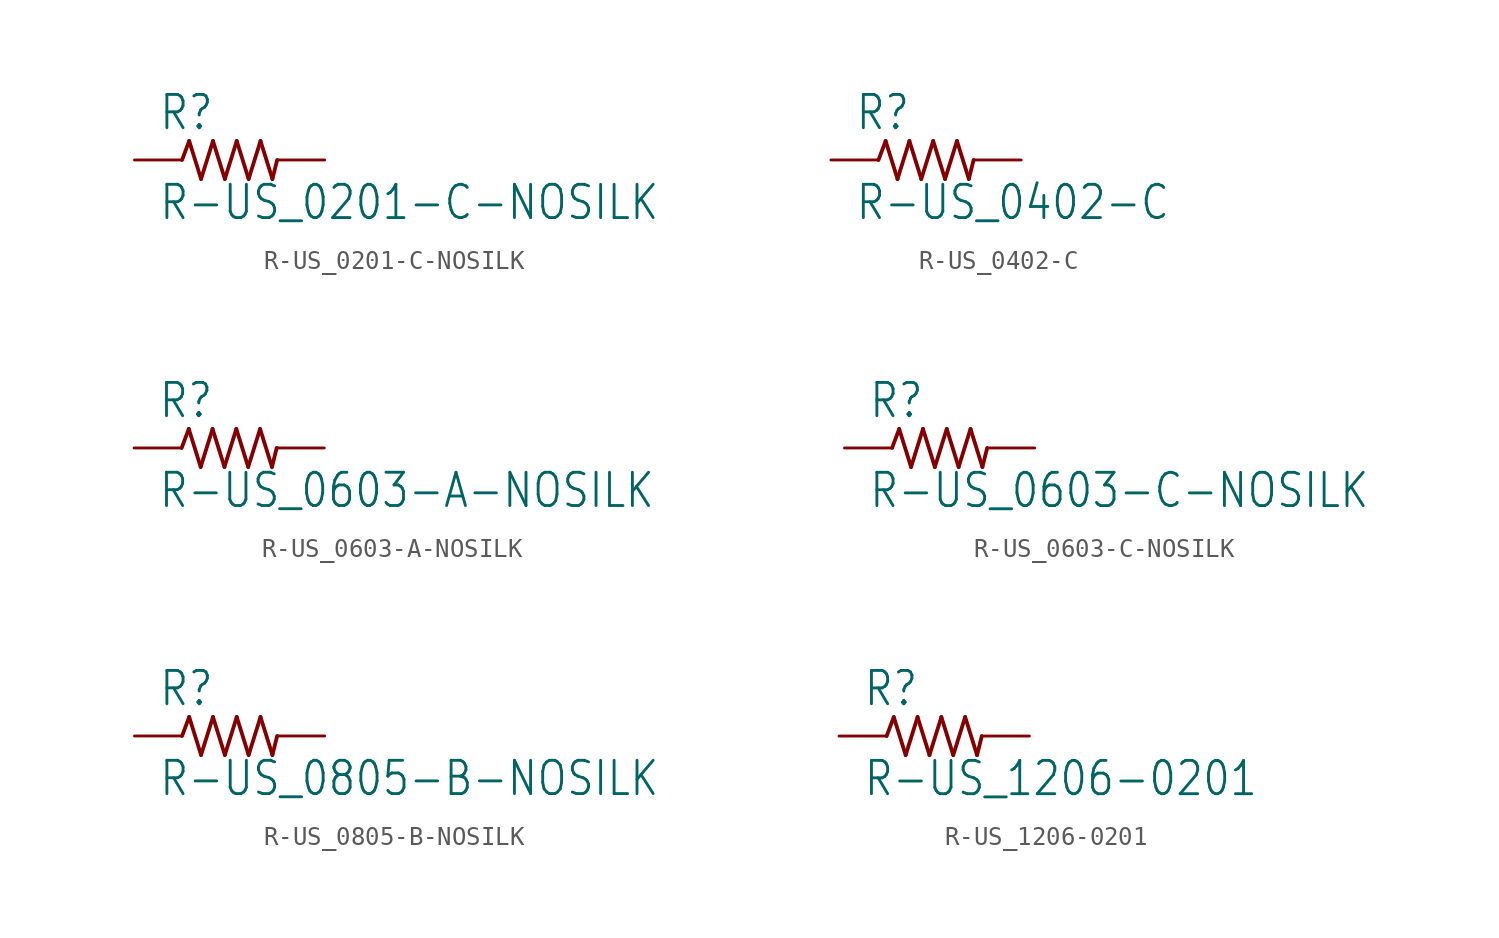
<source format=kicad_sym>
(kicad_symbol_lib
  (version 20211014)
  (generator kicad_symbol_editor)
  (symbol "R-US_0201-C-NOSILK"
    (property "Reference" "R"
      (at -3.81 1.499 0)
      (effects (font (size 1.778 1.511)) (justify left bottom)))
    (property "Value" "R-US_0201-C-NOSILK"
      (at -3.81 -3.302 0)
      (effects (font (size 1.778 1.511)) (justify left bottom)))
    (property "ki_locked" ""
      (at 0 0 0)
      (effects (font (size 1.27 1.27))))
    (symbol "R-US_0201-C-NOSILK_1_0"
      (polyline (pts (xy -2.54 0) (xy -2.159 1.016)) (stroke (width 0.203) (type default) (color 0 0 0 0)) (fill (type none)))
      (polyline (pts (xy -2.159 1.016) (xy -1.524 -1.016)) (stroke (width 0.203) (type default) (color 0 0 0 0)) (fill (type none)))
      (polyline (pts (xy -1.524 -1.016) (xy -0.889 1.016)) (stroke (width 0.203) (type default) (color 0 0 0 0)) (fill (type none)))
      (polyline (pts (xy -0.889 1.016) (xy -0.254 -1.016)) (stroke (width 0.203) (type default) (color 0 0 0 0)) (fill (type none)))
      (polyline (pts (xy -0.254 -1.016) (xy 0.381 1.016)) (stroke (width 0.203) (type default) (color 0 0 0 0)) (fill (type none)))
      (polyline (pts (xy 0.381 1.016) (xy 1.016 -1.016)) (stroke (width 0.203) (type default) (color 0 0 0 0)) (fill (type none)))
      (polyline (pts (xy 1.016 -1.016) (xy 1.651 1.016)) (stroke (width 0.203) (type default) (color 0 0 0 0)) (fill (type none)))
      (polyline (pts (xy 1.651 1.016) (xy 2.286 -1.016)) (stroke (width 0.203) (type default) (color 0 0 0 0)) (fill (type none)))
      (polyline (pts (xy 2.286 -1.016) (xy 2.54 0)) (stroke (width 0.203) (type default) (color 0 0 0 0)) (fill (type none)))
      (pin passive line (at -5.08 0 0) (length 2.54) (name "1" (effects (font (size 0 0)))) (number "1" (effects (font (size 0 0)))))
      (pin passive line (at 5.08 0 180) (length 2.54) (name "2" (effects (font (size 0 0)))) (number "2" (effects (font (size 0 0)))))))
  (symbol "R-US_0402-C"
    (property "Reference" "R"
      (at -3.81 1.499 0)
      (effects (font (size 1.778 1.511)) (justify left bottom)))
    (property "Value" "R-US_0402-C"
      (at -3.81 -3.302 0)
      (effects (font (size 1.778 1.511)) (justify left bottom)))
    (property "ki_locked" ""
      (at 0 0 0)
      (effects (font (size 1.27 1.27))))
    (symbol "R-US_0402-C_1_0"
      (polyline (pts (xy -2.54 0) (xy -2.159 1.016)) (stroke (width 0.203) (type default) (color 0 0 0 0)) (fill (type none)))
      (polyline (pts (xy -2.159 1.016) (xy -1.524 -1.016)) (stroke (width 0.203) (type default) (color 0 0 0 0)) (fill (type none)))
      (polyline (pts (xy -1.524 -1.016) (xy -0.889 1.016)) (stroke (width 0.203) (type default) (color 0 0 0 0)) (fill (type none)))
      (polyline (pts (xy -0.889 1.016) (xy -0.254 -1.016)) (stroke (width 0.203) (type default) (color 0 0 0 0)) (fill (type none)))
      (polyline (pts (xy -0.254 -1.016) (xy 0.381 1.016)) (stroke (width 0.203) (type default) (color 0 0 0 0)) (fill (type none)))
      (polyline (pts (xy 0.381 1.016) (xy 1.016 -1.016)) (stroke (width 0.203) (type default) (color 0 0 0 0)) (fill (type none)))
      (polyline (pts (xy 1.016 -1.016) (xy 1.651 1.016)) (stroke (width 0.203) (type default) (color 0 0 0 0)) (fill (type none)))
      (polyline (pts (xy 1.651 1.016) (xy 2.286 -1.016)) (stroke (width 0.203) (type default) (color 0 0 0 0)) (fill (type none)))
      (polyline (pts (xy 2.286 -1.016) (xy 2.54 0)) (stroke (width 0.203) (type default) (color 0 0 0 0)) (fill (type none)))
      (pin passive line (at -5.08 0 0) (length 2.54) (name "1" (effects (font (size 0 0)))) (number "1" (effects (font (size 0 0)))))
      (pin passive line (at 5.08 0 180) (length 2.54) (name "2" (effects (font (size 0 0)))) (number "2" (effects (font (size 0 0)))))))
  (symbol "R-US_0603-A-NOSILK"
    (property "Reference" "R"
      (at -3.81 1.499 0)
      (effects (font (size 1.778 1.511)) (justify left bottom)))
    (property "Value" "R-US_0603-A-NOSILK"
      (at -3.81 -3.302 0)
      (effects (font (size 1.778 1.511)) (justify left bottom)))
    (property "ki_locked" ""
      (at 0 0 0)
      (effects (font (size 1.27 1.27))))
    (symbol "R-US_0603-A-NOSILK_1_0"
      (polyline (pts (xy -2.54 0) (xy -2.159 1.016)) (stroke (width 0.203) (type default) (color 0 0 0 0)) (fill (type none)))
      (polyline (pts (xy -2.159 1.016) (xy -1.524 -1.016)) (stroke (width 0.203) (type default) (color 0 0 0 0)) (fill (type none)))
      (polyline (pts (xy -1.524 -1.016) (xy -0.889 1.016)) (stroke (width 0.203) (type default) (color 0 0 0 0)) (fill (type none)))
      (polyline (pts (xy -0.889 1.016) (xy -0.254 -1.016)) (stroke (width 0.203) (type default) (color 0 0 0 0)) (fill (type none)))
      (polyline (pts (xy -0.254 -1.016) (xy 0.381 1.016)) (stroke (width 0.203) (type default) (color 0 0 0 0)) (fill (type none)))
      (polyline (pts (xy 0.381 1.016) (xy 1.016 -1.016)) (stroke (width 0.203) (type default) (color 0 0 0 0)) (fill (type none)))
      (polyline (pts (xy 1.016 -1.016) (xy 1.651 1.016)) (stroke (width 0.203) (type default) (color 0 0 0 0)) (fill (type none)))
      (polyline (pts (xy 1.651 1.016) (xy 2.286 -1.016)) (stroke (width 0.203) (type default) (color 0 0 0 0)) (fill (type none)))
      (polyline (pts (xy 2.286 -1.016) (xy 2.54 0)) (stroke (width 0.203) (type default) (color 0 0 0 0)) (fill (type none)))
      (pin passive line (at -5.08 0 0) (length 2.54) (name "1" (effects (font (size 0 0)))) (number "1" (effects (font (size 0 0)))))
      (pin passive line (at 5.08 0 180) (length 2.54) (name "2" (effects (font (size 0 0)))) (number "2" (effects (font (size 0 0)))))))
  (symbol "R-US_0603-C-NOSILK"
    (property "Reference" "R"
      (at -3.81 1.499 0)
      (effects (font (size 1.778 1.511)) (justify left bottom)))
    (property "Value" "R-US_0603-C-NOSILK"
      (at -3.81 -3.302 0)
      (effects (font (size 1.778 1.511)) (justify left bottom)))
    (property "ki_locked" ""
      (at 0 0 0)
      (effects (font (size 1.27 1.27))))
    (symbol "R-US_0603-C-NOSILK_1_0"
      (polyline (pts (xy -2.54 0) (xy -2.159 1.016)) (stroke (width 0.203) (type default) (color 0 0 0 0)) (fill (type none)))
      (polyline (pts (xy -2.159 1.016) (xy -1.524 -1.016)) (stroke (width 0.203) (type default) (color 0 0 0 0)) (fill (type none)))
      (polyline (pts (xy -1.524 -1.016) (xy -0.889 1.016)) (stroke (width 0.203) (type default) (color 0 0 0 0)) (fill (type none)))
      (polyline (pts (xy -0.889 1.016) (xy -0.254 -1.016)) (stroke (width 0.203) (type default) (color 0 0 0 0)) (fill (type none)))
      (polyline (pts (xy -0.254 -1.016) (xy 0.381 1.016)) (stroke (width 0.203) (type default) (color 0 0 0 0)) (fill (type none)))
      (polyline (pts (xy 0.381 1.016) (xy 1.016 -1.016)) (stroke (width 0.203) (type default) (color 0 0 0 0)) (fill (type none)))
      (polyline (pts (xy 1.016 -1.016) (xy 1.651 1.016)) (stroke (width 0.203) (type default) (color 0 0 0 0)) (fill (type none)))
      (polyline (pts (xy 1.651 1.016) (xy 2.286 -1.016)) (stroke (width 0.203) (type default) (color 0 0 0 0)) (fill (type none)))
      (polyline (pts (xy 2.286 -1.016) (xy 2.54 0)) (stroke (width 0.203) (type default) (color 0 0 0 0)) (fill (type none)))
      (pin passive line (at -5.08 0 0) (length 2.54) (name "1" (effects (font (size 0 0)))) (number "1" (effects (font (size 0 0)))))
      (pin passive line (at 5.08 0 180) (length 2.54) (name "2" (effects (font (size 0 0)))) (number "2" (effects (font (size 0 0)))))))
  (symbol "R-US_0805-B-NOSILK"
    (property "Reference" "R"
      (at -3.81 1.499 0)
      (effects (font (size 1.778 1.511)) (justify left bottom)))
    (property "Value" "R-US_0805-B-NOSILK"
      (at -3.81 -3.302 0)
      (effects (font (size 1.778 1.511)) (justify left bottom)))
    (property "ki_locked" ""
      (at 0 0 0)
      (effects (font (size 1.27 1.27))))
    (symbol "R-US_0805-B-NOSILK_1_0"
      (polyline (pts (xy -2.54 0) (xy -2.159 1.016)) (stroke (width 0.203) (type default) (color 0 0 0 0)) (fill (type none)))
      (polyline (pts (xy -2.159 1.016) (xy -1.524 -1.016)) (stroke (width 0.203) (type default) (color 0 0 0 0)) (fill (type none)))
      (polyline (pts (xy -1.524 -1.016) (xy -0.889 1.016)) (stroke (width 0.203) (type default) (color 0 0 0 0)) (fill (type none)))
      (polyline (pts (xy -0.889 1.016) (xy -0.254 -1.016)) (stroke (width 0.203) (type default) (color 0 0 0 0)) (fill (type none)))
      (polyline (pts (xy -0.254 -1.016) (xy 0.381 1.016)) (stroke (width 0.203) (type default) (color 0 0 0 0)) (fill (type none)))
      (polyline (pts (xy 0.381 1.016) (xy 1.016 -1.016)) (stroke (width 0.203) (type default) (color 0 0 0 0)) (fill (type none)))
      (polyline (pts (xy 1.016 -1.016) (xy 1.651 1.016)) (stroke (width 0.203) (type default) (color 0 0 0 0)) (fill (type none)))
      (polyline (pts (xy 1.651 1.016) (xy 2.286 -1.016)) (stroke (width 0.203) (type default) (color 0 0 0 0)) (fill (type none)))
      (polyline (pts (xy 2.286 -1.016) (xy 2.54 0)) (stroke (width 0.203) (type default) (color 0 0 0 0)) (fill (type none)))
      (pin passive line (at -5.08 0 0) (length 2.54) (name "1" (effects (font (size 0 0)))) (number "1" (effects (font (size 0 0)))))
      (pin passive line (at 5.08 0 180) (length 2.54) (name "2" (effects (font (size 0 0)))) (number "2" (effects (font (size 0 0)))))))
  (symbol "R-US_1206-0201"
    (property "Reference" "R"
      (at -3.81 1.499 0)
      (effects (font (size 1.778 1.511)) (justify left bottom)))
    (property "Value" "R-US_1206-0201"
      (at -3.81 -3.302 0)
      (effects (font (size 1.778 1.511)) (justify left bottom)))
    (property "ki_locked" ""
      (at 0 0 0)
      (effects (font (size 1.27 1.27))))
    (symbol "R-US_1206-0201_1_0"
      (polyline (pts (xy -2.54 0) (xy -2.159 1.016)) (stroke (width 0.203) (type default) (color 0 0 0 0)) (fill (type none)))
      (polyline (pts (xy -2.159 1.016) (xy -1.524 -1.016)) (stroke (width 0.203) (type default) (color 0 0 0 0)) (fill (type none)))
      (polyline (pts (xy -1.524 -1.016) (xy -0.889 1.016)) (stroke (width 0.203) (type default) (color 0 0 0 0)) (fill (type none)))
      (polyline (pts (xy -0.889 1.016) (xy -0.254 -1.016)) (stroke (width 0.203) (type default) (color 0 0 0 0)) (fill (type none)))
      (polyline (pts (xy -0.254 -1.016) (xy 0.381 1.016)) (stroke (width 0.203) (type default) (color 0 0 0 0)) (fill (type none)))
      (polyline (pts (xy 0.381 1.016) (xy 1.016 -1.016)) (stroke (width 0.203) (type default) (color 0 0 0 0)) (fill (type none)))
      (polyline (pts (xy 1.016 -1.016) (xy 1.651 1.016)) (stroke (width 0.203) (type default) (color 0 0 0 0)) (fill (type none)))
      (polyline (pts (xy 1.651 1.016) (xy 2.286 -1.016)) (stroke (width 0.203) (type default) (color 0 0 0 0)) (fill (type none)))
      (polyline (pts (xy 2.286 -1.016) (xy 2.54 0)) (stroke (width 0.203) (type default) (color 0 0 0 0)) (fill (type none)))
      (pin passive line (at -5.08 0 0) (length 2.54) (name "1" (effects (font (size 0 0)))) (number "1" (effects (font (size 0 0)))))
      (pin passive line (at 5.08 0 180) (length 2.54) (name "2" (effects (font (size 0 0)))) (number "2" (effects (font (size 0 0))))))))
</source>
